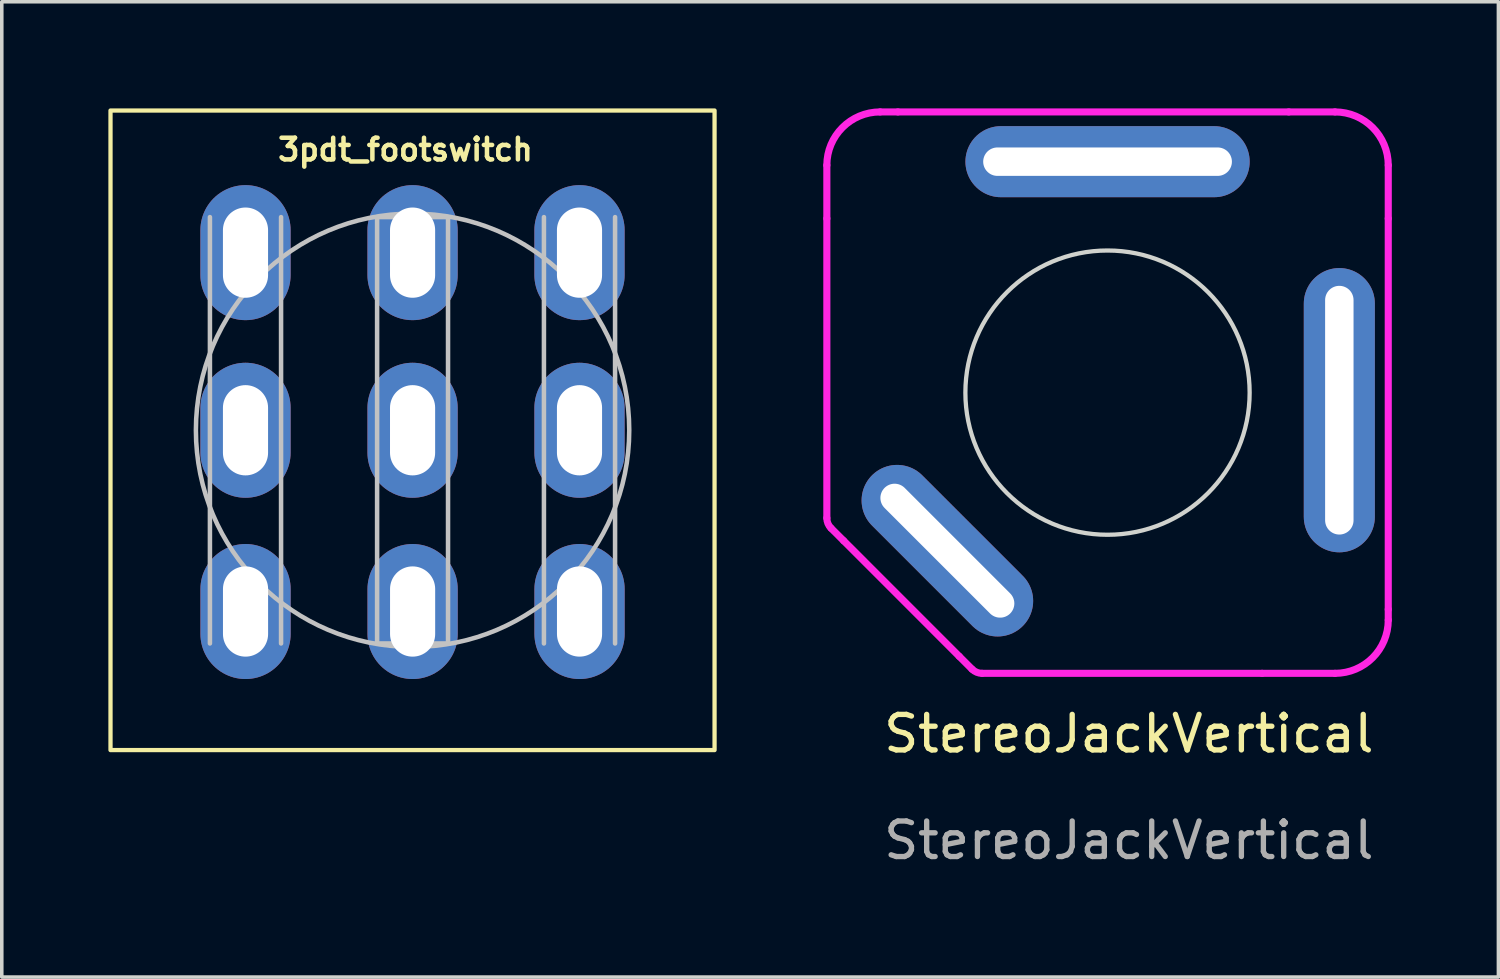
<source format=kicad_pcb>
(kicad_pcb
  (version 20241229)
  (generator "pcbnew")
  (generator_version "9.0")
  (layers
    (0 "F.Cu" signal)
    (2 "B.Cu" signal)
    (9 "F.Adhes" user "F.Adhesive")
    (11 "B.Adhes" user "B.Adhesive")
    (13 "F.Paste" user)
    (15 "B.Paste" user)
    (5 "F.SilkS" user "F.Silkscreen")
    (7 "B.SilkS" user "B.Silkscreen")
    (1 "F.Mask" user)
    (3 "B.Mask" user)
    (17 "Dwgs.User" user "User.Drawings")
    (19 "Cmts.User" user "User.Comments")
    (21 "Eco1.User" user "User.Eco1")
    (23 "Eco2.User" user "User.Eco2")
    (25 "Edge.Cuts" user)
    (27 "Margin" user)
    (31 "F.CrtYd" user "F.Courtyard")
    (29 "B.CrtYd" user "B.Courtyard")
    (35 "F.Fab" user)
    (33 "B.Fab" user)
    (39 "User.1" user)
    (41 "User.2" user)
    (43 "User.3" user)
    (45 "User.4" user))
  (footprint "3pdt_footswitch"
    (layer "F.Cu")
    (at 9.26 9.06)
    (property "Reference" "3pdt_footswitch" (at -0.9 -7.9 0) (layer "F.SilkS") (effects (font (size 0.61 0.61) (thickness 0.127))))
    (attr exclude_from_pos_files exclude_from_bom)
    (fp_rect (start -9.2 -9) (end 7.8 9) (stroke (width 0.12) (type solid)) (fill no) (layer "F.SilkS"))
    (fp_line (start -6.402 -6) (end -6.402 5.999) (stroke (width 0.127) (type solid)) (layer "Dwgs.User"))
    (fp_line (start -4.4 5.999) (end -4.4 -6) (stroke (width 0.127) (type solid)) (layer "Dwgs.User"))
    (fp_line (start -1.697 -6) (end 0.299 -6) (stroke (width 0.127) (type solid)) (layer "Dwgs.User"))
    (fp_line (start -1.697 5.999) (end -1.697 -6) (stroke (width 0.127) (type solid)) (layer "Dwgs.User"))
    (fp_line (start 0.299 -6) (end 0.299 5.999) (stroke (width 0.127) (type solid)) (layer "Dwgs.User"))
    (fp_line (start 0.299 5.999) (end -1.697 5.999) (stroke (width 0.127) (type solid)) (layer "Dwgs.User"))
    (fp_line (start 2.998 -6) (end 2.998 5.999) (stroke (width 0.127) (type solid)) (layer "Dwgs.User"))
    (fp_line (start 5 5.999) (end 5 -6) (stroke (width 0.127) (type solid)) (layer "Dwgs.User"))
    (fp_circle (center -0.699 -0.001) (end -0.699 -6.099) (stroke (width 0.127) (type solid)) (fill no) (layer "Dwgs.User"))
    (pad "1" thru_hole oval (at -5.401 -5) (size 2.54 3.8) (drill oval 1.27 2.54) (layers "*.Cu" "*.Mask"))
    (pad "2" thru_hole oval (at -0.699 -5) (size 2.54 3.8) (drill oval 1.27 2.54) (layers "*.Cu" "*.Mask"))
    (pad "3" thru_hole oval (at 3.999 -5) (size 2.54 3.8) (drill oval 1.27 2.54) (layers "*.Cu" "*.Mask"))
    (pad "4" thru_hole oval (at -5.401 -0.001) (size 2.54 3.8) (drill oval 1.27 2.54) (layers "*.Cu" "*.Mask"))
    (pad "5" thru_hole oval (at -0.699 -0.001) (size 2.54 3.8) (drill oval 1.27 2.54) (layers "*.Cu" "*.Mask"))
    (pad "6" thru_hole oval (at 3.999 -0.001) (size 2.54 3.8) (drill oval 1.27 2.54) (layers "*.Cu" "*.Mask"))
    (pad "7" thru_hole oval (at -5.4 5.1) (size 2.54 3.8) (drill oval 1.27 2.54) (layers "*.Cu" "*.Mask"))
    (pad "8" thru_hole oval (at -0.698 5.1) (size 2.54 3.8) (drill oval 1.27 2.54) (layers "*.Cu" "*.Mask"))
    (pad "9" thru_hole oval (at 4 5.1) (size 2.54 3.8) (drill oval 1.27 2.54) (layers "*.Cu" "*.Mask")))
  (footprint "StereoJackVertical"
    (layer "F.Cu")
    (at 28.72 18.1)
    (property "Reference" "StereoJackVertical" (at 0 -0.5 0) (unlocked yes) (layer "F.SilkS") (effects (font (size 1 1) (thickness 0.15))))
    (attr through_hole)
    (fp_line (start -6.752 -7.059) (end -6.504 -7.307) (stroke (width 0.2) (type solid)) (layer "Dwgs.User"))
    (fp_line (start -6.504 -7.307) (end -3.393 -4.196) (stroke (width 0.2) (type solid)) (layer "Dwgs.User"))
    (fp_line (start -3.8 -16.8) (end 2.6 -16.8) (stroke (width 0.2) (type solid)) (layer "Dwgs.User"))
    (fp_line (start -3.8 -16.4) (end -3.8 -16.8) (stroke (width 0.2) (type solid)) (layer "Dwgs.User"))
    (fp_line (start -3.641 -3.948) (end -6.752 -7.059) (stroke (width 0.2) (type solid)) (layer "Dwgs.User"))
    (fp_line (start -3.641 -3.948) (end -3.393 -4.196) (stroke (width 0.2) (type solid)) (layer "Dwgs.User"))
    (fp_line (start 2.6 -16.4) (end -3.8 -16.4) (stroke (width 0.2) (type solid)) (layer "Dwgs.User"))
    (fp_line (start 2.6 -16.4) (end 2.6 -16.8) (stroke (width 0.2) (type solid)) (layer "Dwgs.User"))
    (fp_line (start 5.75 -12.8) (end 5.75 -6.4) (stroke (width 0.2) (type solid)) (layer "Dwgs.User"))
    (fp_line (start 5.75 -12.8) (end 6.1 -12.8) (stroke (width 0.2) (type solid)) (layer "Dwgs.User"))
    (fp_line (start 5.75 -6.4) (end 6.1 -6.4) (stroke (width 0.2) (type solid)) (layer "Dwgs.User"))
    (fp_line (start 6.1 -6.4) (end 6.1 -12.8) (stroke (width 0.2) (type solid)) (layer "Dwgs.User"))
    (fp_circle (center -0.601 -10.1) (end 3.399 -10.1) (stroke (width 0.12) (type solid)) (fill no) (layer "Edge.Cuts"))
    (fp_line (start -8.5 -15) (end -8.5 -16.5) (stroke (width 0.2) (type solid)) (layer "F.CrtYd"))
    (fp_line (start -8.5 -6.57) (end -8.5 -15) (stroke (width 0.2) (type solid)) (layer "F.CrtYd"))
    (fp_line (start -8.026 -5.931) (end -8.383 -6.287) (stroke (width 0.2) (type solid)) (layer "F.CrtYd"))
    (fp_line (start -7 -18) (end -6.5 -18) (stroke (width 0.2) (type solid)) (layer "F.CrtYd"))
    (fp_line (start -6.5 -18) (end 4.5 -18) (stroke (width 0.2) (type solid)) (layer "F.CrtYd"))
    (fp_line (start -4.774 -2.678) (end -8.026 -5.931) (stroke (width 0.2) (type solid)) (layer "F.CrtYd"))
    (fp_line (start -4.413 -2.317) (end -4.774 -2.678) (stroke (width 0.2) (type solid)) (layer "F.CrtYd"))
    (fp_line (start 3.75 -2.2) (end -4.13 -2.2) (stroke (width 0.2) (type solid)) (layer "F.CrtYd"))
    (fp_line (start 4.5 -18) (end 5.8 -18) (stroke (width 0.2) (type solid)) (layer "F.CrtYd"))
    (fp_line (start 5.8 -2.2) (end 3.75 -2.2) (stroke (width 0.2) (type solid)) (layer "F.CrtYd"))
    (fp_line (start 7.3 -16.5) (end 7.3 -15) (stroke (width 0.2) (type solid)) (layer "F.CrtYd"))
    (fp_line (start 7.3 -15) (end 7.3 -4) (stroke (width 0.2) (type solid)) (layer "F.CrtYd"))
    (fp_line (start 7.3 -4) (end 7.3 -3.7) (stroke (width 0.2) (type solid)) (layer "F.CrtYd"))
    (fp_arc (start -8.5 -16.5) (mid -8.06066 -17.56066) (end -7 -18) (stroke (width 0.2) (type solid)) (layer "F.CrtYd"))
    (fp_arc (start -8.382843 -6.287157) (mid -8.469552 -6.416926) (end -8.5 -6.57) (stroke (width 0.2) (type solid)) (layer "F.CrtYd"))
    (fp_arc (start -4.13 -2.2) (mid -4.283073 -2.230448) (end -4.412843 -2.317157) (stroke (width 0.2) (type solid)) (layer "F.CrtYd"))
    (fp_arc (start 5.8 -18) (mid 6.86066 -17.56066) (end 7.3 -16.5) (stroke (width 0.2) (type solid)) (layer "F.CrtYd"))
    (fp_arc (start 7.3 -3.7) (mid 6.86066 -2.63934) (end 5.8 -2.2) (stroke (width 0.2) (type solid)) (layer "F.CrtYd"))
    (fp_text user "${REFERENCE}" (at 0 2.5 0) (unlocked yes) (layer "F.Fab") (effects (font (size 1 1) (thickness 0.15))))
    (pad "R" thru_hole oval (at -0.6 -16.6) (size 8 2) (drill oval 7 0.8) (layers "*.Cu" "*.Mask") (remove_unused_layers yes) (keep_end_layers yes) (zone_layer_connections))
    (pad "S" thru_hole oval (at -5.108 -5.652 315) (size 6 2) (drill oval 5 0.8) (layers "*.Cu" "*.Mask") (remove_unused_layers yes) (keep_end_layers yes) (zone_layer_connections))
    (pad "T" thru_hole oval (at 5.923 -9.606 90) (size 8 2) (drill oval 7 0.8) (layers "*.Cu" "*.Mask") (remove_unused_layers yes) (keep_end_layers yes) (zone_layer_connections)))
  (gr_rect
    (start -3 -3)
    (end 39.12 24.448)
    (stroke (width 0.1) (type default))
    (fill no)
    (layer "Edge.Cuts")))
</source>
